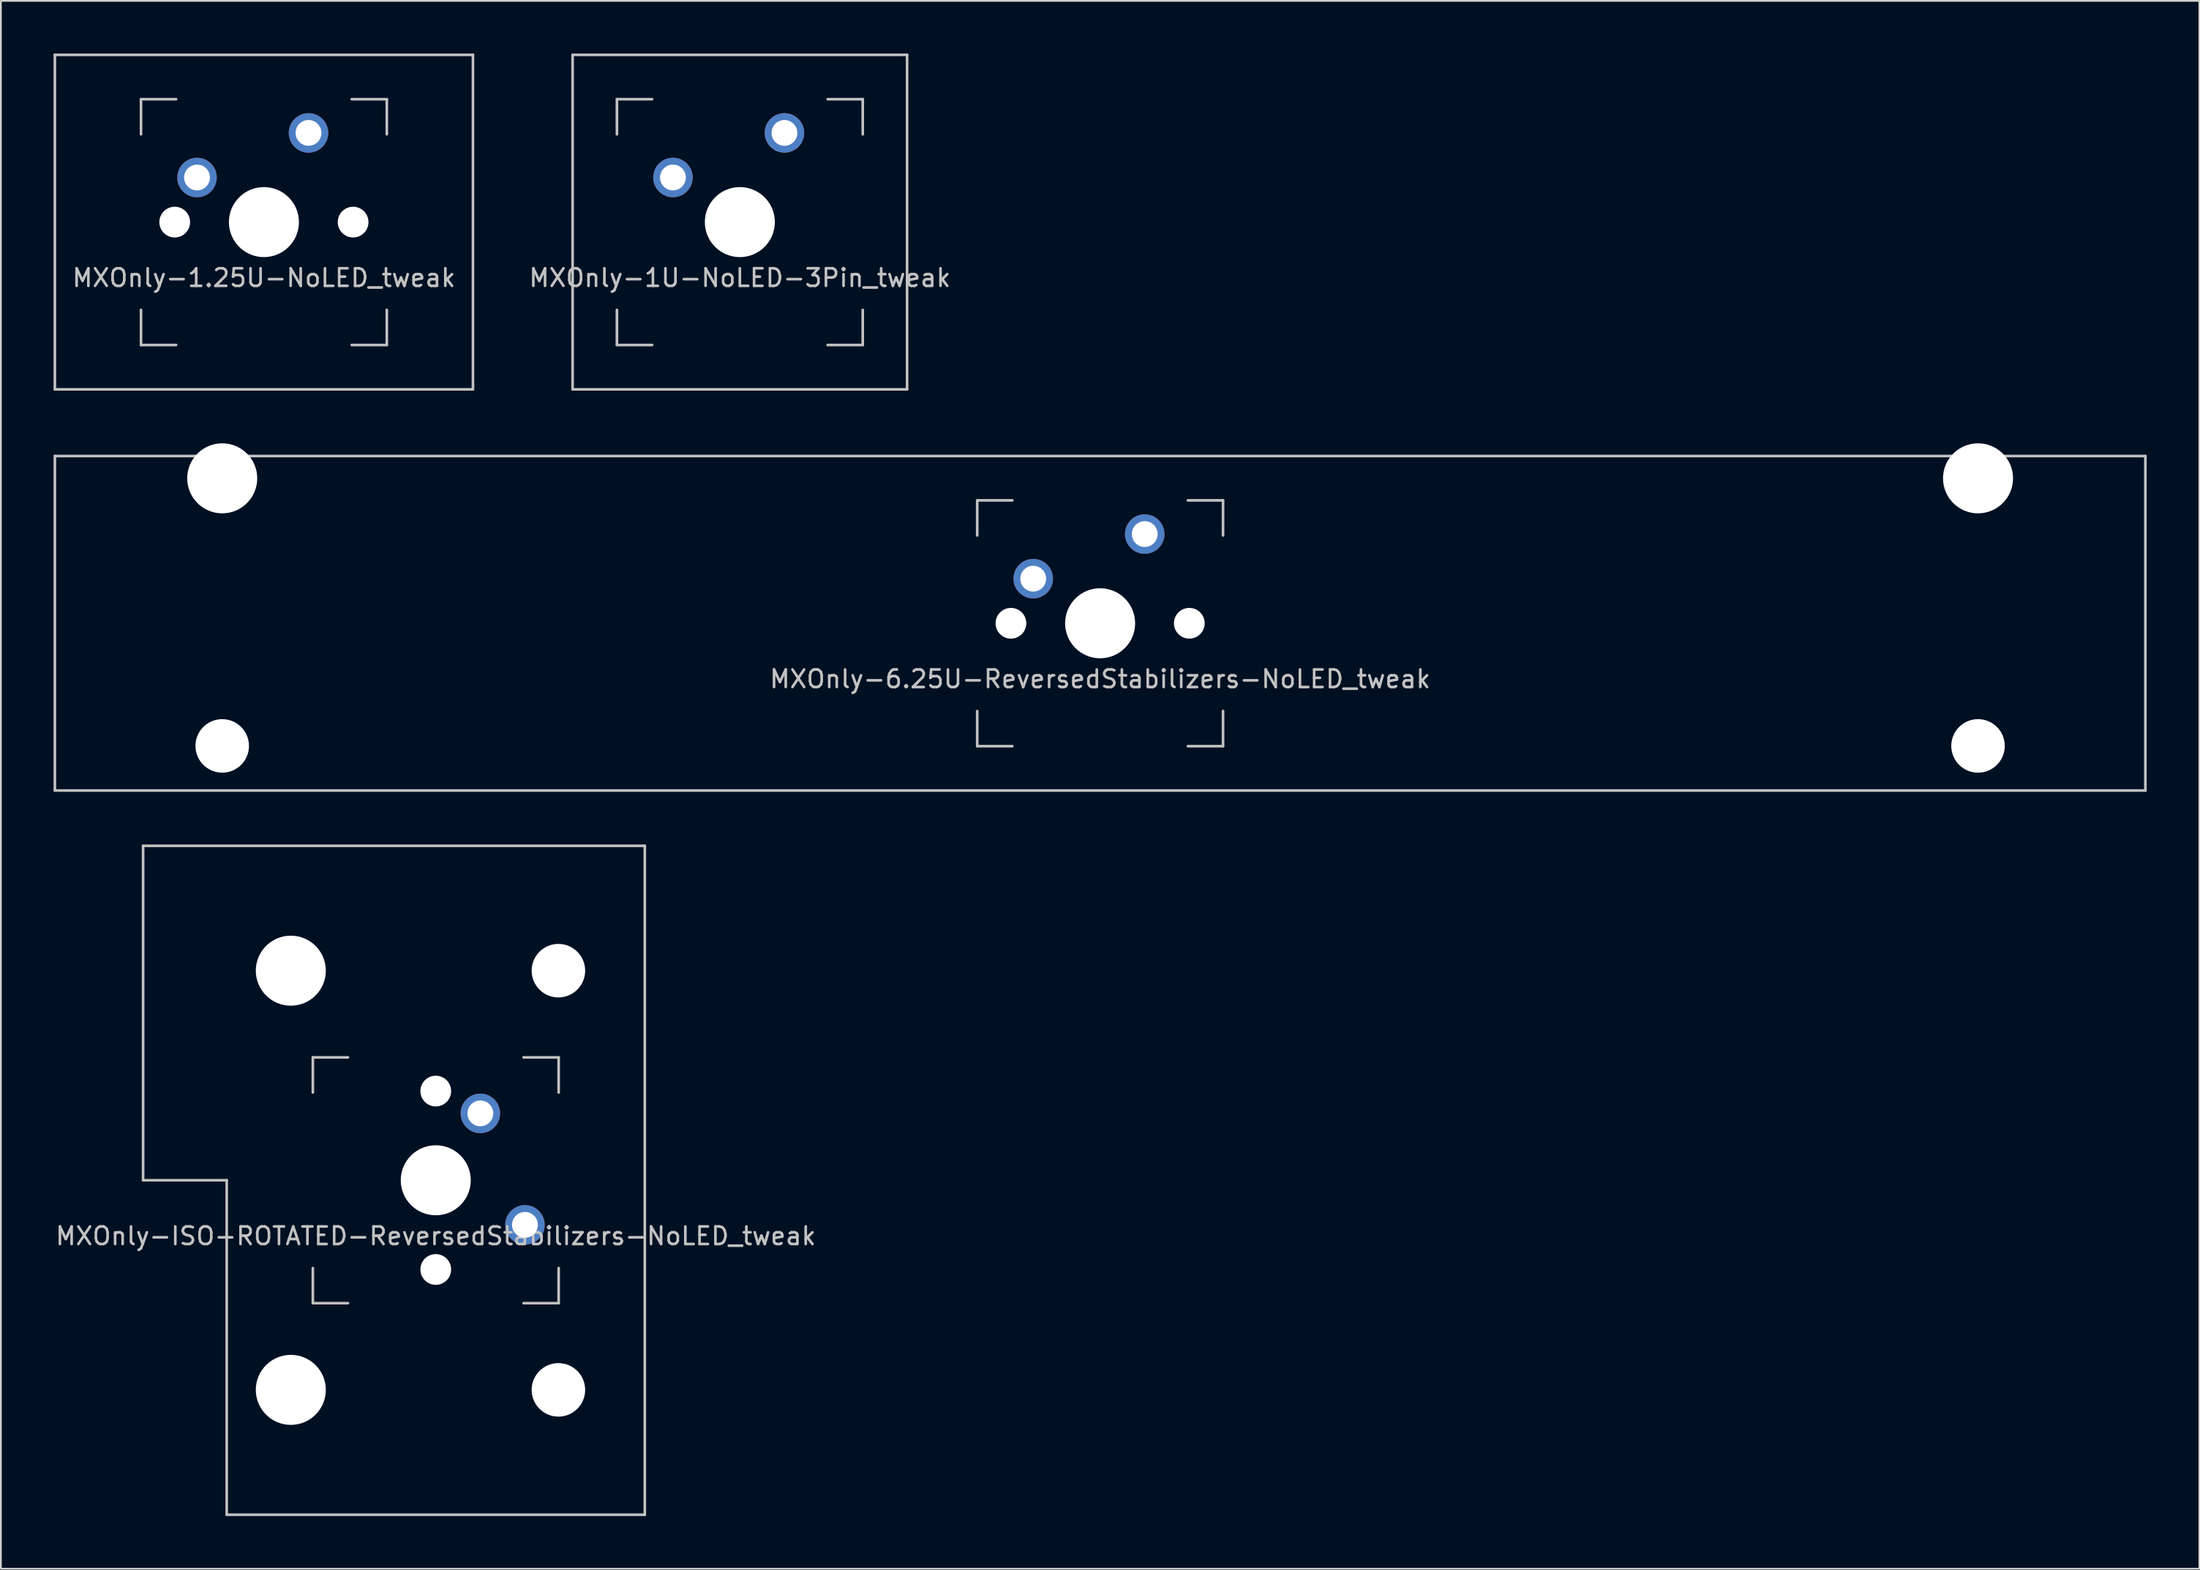
<source format=kicad_pcb>
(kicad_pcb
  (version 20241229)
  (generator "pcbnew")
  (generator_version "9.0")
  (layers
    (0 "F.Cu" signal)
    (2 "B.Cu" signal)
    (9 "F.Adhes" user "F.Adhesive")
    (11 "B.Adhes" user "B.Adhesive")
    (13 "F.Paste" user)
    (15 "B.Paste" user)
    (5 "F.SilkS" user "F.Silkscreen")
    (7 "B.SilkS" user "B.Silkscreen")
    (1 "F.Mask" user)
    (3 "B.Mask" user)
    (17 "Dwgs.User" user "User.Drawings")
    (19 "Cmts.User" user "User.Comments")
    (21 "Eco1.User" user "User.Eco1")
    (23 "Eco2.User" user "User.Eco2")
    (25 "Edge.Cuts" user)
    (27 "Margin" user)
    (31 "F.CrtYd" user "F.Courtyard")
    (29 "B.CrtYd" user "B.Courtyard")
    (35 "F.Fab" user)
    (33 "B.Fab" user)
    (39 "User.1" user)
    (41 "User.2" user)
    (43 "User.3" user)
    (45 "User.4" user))
  (footprint "MXOnly-1.25U-NoLED_tweak"
    (layer "F.Cu")
    (at 11.981 9.6)
    (property "Reference" "MXOnly-1.25U-NoLED_tweak" (at 0 3.175 0) (layer "Dwgs.User") (effects (font (size 1 1) (thickness 0.15))))
    (attr through_hole)
    (fp_line (start -11.906 -9.525) (end 11.906 -9.525) (stroke (width 0.15) (type solid)) (layer "Dwgs.User"))
    (fp_line (start -11.906 9.525) (end -11.906 -9.525) (stroke (width 0.15) (type solid)) (layer "Dwgs.User"))
    (fp_line (start -11.906 9.525) (end 11.906 9.525) (stroke (width 0.15) (type solid)) (layer "Dwgs.User"))
    (fp_line (start -7 -7) (end -7 -5) (stroke (width 0.15) (type solid)) (layer "Dwgs.User"))
    (fp_line (start -7 5) (end -7 7) (stroke (width 0.15) (type solid)) (layer "Dwgs.User"))
    (fp_line (start -7 7) (end -5 7) (stroke (width 0.15) (type solid)) (layer "Dwgs.User"))
    (fp_line (start -5 -7) (end -7 -7) (stroke (width 0.15) (type solid)) (layer "Dwgs.User"))
    (fp_line (start 5 -7) (end 7 -7) (stroke (width 0.15) (type solid)) (layer "Dwgs.User"))
    (fp_line (start 5 7) (end 7 7) (stroke (width 0.15) (type solid)) (layer "Dwgs.User"))
    (fp_line (start 7 -7) (end 7 -5) (stroke (width 0.15) (type solid)) (layer "Dwgs.User"))
    (fp_line (start 7 7) (end 7 5) (stroke (width 0.15) (type solid)) (layer "Dwgs.User"))
    (fp_line (start 11.906 -9.525) (end 11.906 9.525) (stroke (width 0.15) (type solid)) (layer "Dwgs.User"))
    (pad "" np_thru_hole circle (at -5.08 0 48.1) (size 1.75 1.75) (drill 1.75) (layers "*.Cu" "*.Mask"))
    (pad "" np_thru_hole circle (at 0 0) (size 3.988 3.988) (drill 3.988) (layers "*.Cu" "*.Mask"))
    (pad "" np_thru_hole circle (at 5.08 0 48.1) (size 1.75 1.75) (drill 1.75) (layers "*.Cu" "*.Mask"))
    (pad "1" thru_hole circle (at -3.81 -2.54) (size 2.25 2.25) (drill 1.47) (layers "*.Cu" "*.Mask"))
    (pad "2" thru_hole circle (at 2.54 -5.08) (size 2.25 2.25) (drill 1.47) (layers "*.Cu" "*.Mask")))
  (footprint "MXOnly-ISO-ROTATED-ReversedStabilizers-NoLED_tweak"
    (layer "F.Cu")
    (at 21.768 64.174)
    (property "Reference" "MXOnly-ISO-ROTATED-ReversedStabilizers-NoLED_tweak" (at 0 3.175 0) (layer "Dwgs.User") (effects (font (size 1 1) (thickness 0.15))))
    (attr through_hole)
    (fp_line (start -16.669 -19.05) (end -16.669 0) (stroke (width 0.15) (type solid)) (layer "Dwgs.User"))
    (fp_line (start -16.669 -19.05) (end 11.906 -19.05) (stroke (width 0.15) (type solid)) (layer "Dwgs.User"))
    (fp_line (start -11.906 0) (end -16.669 0) (stroke (width 0.15) (type solid)) (layer "Dwgs.User"))
    (fp_line (start -11.906 19.05) (end -11.906 0) (stroke (width 0.15) (type solid)) (layer "Dwgs.User"))
    (fp_line (start -11.906 19.05) (end 11.906 19.05) (stroke (width 0.15) (type solid)) (layer "Dwgs.User"))
    (fp_line (start -7 -7) (end -7 -5) (stroke (width 0.15) (type solid)) (layer "Dwgs.User"))
    (fp_line (start -7 5) (end -7 7) (stroke (width 0.15) (type solid)) (layer "Dwgs.User"))
    (fp_line (start -7 7) (end -5 7) (stroke (width 0.15) (type solid)) (layer "Dwgs.User"))
    (fp_line (start -5 -7) (end -7 -7) (stroke (width 0.15) (type solid)) (layer "Dwgs.User"))
    (fp_line (start 5 -7) (end 7 -7) (stroke (width 0.15) (type solid)) (layer "Dwgs.User"))
    (fp_line (start 5 7) (end 7 7) (stroke (width 0.15) (type solid)) (layer "Dwgs.User"))
    (fp_line (start 7 -7) (end 7 -5) (stroke (width 0.15) (type solid)) (layer "Dwgs.User"))
    (fp_line (start 7 7) (end 7 5) (stroke (width 0.15) (type solid)) (layer "Dwgs.User"))
    (fp_line (start 11.906 -19.05) (end 11.906 19.05) (stroke (width 0.15) (type solid)) (layer "Dwgs.User"))
    (pad "" np_thru_hole circle (at -8.255 -11.938) (size 3.988 3.988) (drill 3.988) (layers "*.Cu" "*.Mask"))
    (pad "" np_thru_hole circle (at -8.255 11.938) (size 3.988 3.988) (drill 3.988) (layers "*.Cu" "*.Mask"))
    (pad "" np_thru_hole circle (at 0 -5.08 48.1) (size 1.75 1.75) (drill 1.75) (layers "*.Cu" "*.Mask"))
    (pad "" np_thru_hole circle (at 0 0) (size 3.988 3.988) (drill 3.988) (layers "*.Cu" "*.Mask"))
    (pad "" np_thru_hole circle (at 0 5.08 48.1) (size 1.75 1.75) (drill 1.75) (layers "*.Cu" "*.Mask"))
    (pad "" np_thru_hole circle (at 6.985 -11.938) (size 3.048 3.048) (drill 3.048) (layers "*.Cu" "*.Mask"))
    (pad "" np_thru_hole circle (at 6.985 11.938) (size 3.048 3.048) (drill 3.048) (layers "*.Cu" "*.Mask"))
    (pad "1" thru_hole circle (at 2.54 -3.81) (size 2.25 2.25) (drill 1.47) (layers "*.Cu" "*.Mask"))
    (pad "2" thru_hole circle (at 5.08 2.54) (size 2.25 2.25) (drill 1.47) (layers "*.Cu" "*.Mask")))
  (footprint "MXOnly-1U-NoLED-3Pin_tweak"
    (layer "F.Cu")
    (at 39.087 9.6)
    (property "Reference" "MXOnly-1U-NoLED-3Pin_tweak" (at 0 3.175 0) (layer "Dwgs.User") (effects (font (size 1 1) (thickness 0.15))))
    (attr through_hole)
    (fp_line (start -9.525 -9.525) (end 9.525 -9.525) (stroke (width 0.15) (type solid)) (layer "Dwgs.User"))
    (fp_line (start -9.525 9.525) (end -9.525 -9.525) (stroke (width 0.15) (type solid)) (layer "Dwgs.User"))
    (fp_line (start -7 -7) (end -7 -5) (stroke (width 0.15) (type solid)) (layer "Dwgs.User"))
    (fp_line (start -7 5) (end -7 7) (stroke (width 0.15) (type solid)) (layer "Dwgs.User"))
    (fp_line (start -7 7) (end -5 7) (stroke (width 0.15) (type solid)) (layer "Dwgs.User"))
    (fp_line (start -5 -7) (end -7 -7) (stroke (width 0.15) (type solid)) (layer "Dwgs.User"))
    (fp_line (start 5 -7) (end 7 -7) (stroke (width 0.15) (type solid)) (layer "Dwgs.User"))
    (fp_line (start 5 7) (end 7 7) (stroke (width 0.15) (type solid)) (layer "Dwgs.User"))
    (fp_line (start 7 -7) (end 7 -5) (stroke (width 0.15) (type solid)) (layer "Dwgs.User"))
    (fp_line (start 7 7) (end 7 5) (stroke (width 0.15) (type solid)) (layer "Dwgs.User"))
    (fp_line (start 9.525 -9.525) (end 9.525 9.525) (stroke (width 0.15) (type solid)) (layer "Dwgs.User"))
    (fp_line (start 9.525 9.525) (end -9.525 9.525) (stroke (width 0.15) (type solid)) (layer "Dwgs.User"))
    (pad "" np_thru_hole circle (at 0 0) (size 3.988 3.988) (drill 3.988) (layers "*.Cu" "*.Mask"))
    (pad "1" thru_hole circle (at -3.81 -2.54) (size 2.25 2.25) (drill 1.47) (layers "*.Cu" "*.Mask"))
    (pad "2" thru_hole circle (at 2.54 -5.08) (size 2.25 2.25) (drill 1.47) (layers "*.Cu" "*.Mask")))
  (footprint "MXOnly-6.25U-ReversedStabilizers-NoLED_tweak"
    (layer "F.Cu")
    (at 59.606 32.449)
    (property "Reference" "MXOnly-6.25U-ReversedStabilizers-NoLED_tweak" (at 0 3.175 0) (layer "Dwgs.User") (effects (font (size 1 1) (thickness 0.15))))
    (attr through_hole)
    (fp_line (start -59.531 -9.525) (end 59.531 -9.525) (stroke (width 0.15) (type solid)) (layer "Dwgs.User"))
    (fp_line (start -59.531 9.525) (end -59.531 -9.525) (stroke (width 0.15) (type solid)) (layer "Dwgs.User"))
    (fp_line (start -59.531 9.525) (end 59.531 9.525) (stroke (width 0.15) (type solid)) (layer "Dwgs.User"))
    (fp_line (start -7 -7) (end -7 -5) (stroke (width 0.15) (type solid)) (layer "Dwgs.User"))
    (fp_line (start -7 5) (end -7 7) (stroke (width 0.15) (type solid)) (layer "Dwgs.User"))
    (fp_line (start -7 7) (end -5 7) (stroke (width 0.15) (type solid)) (layer "Dwgs.User"))
    (fp_line (start -5 -7) (end -7 -7) (stroke (width 0.15) (type solid)) (layer "Dwgs.User"))
    (fp_line (start 5 -7) (end 7 -7) (stroke (width 0.15) (type solid)) (layer "Dwgs.User"))
    (fp_line (start 5 7) (end 7 7) (stroke (width 0.15) (type solid)) (layer "Dwgs.User"))
    (fp_line (start 7 -7) (end 7 -5) (stroke (width 0.15) (type solid)) (layer "Dwgs.User"))
    (fp_line (start 7 7) (end 7 5) (stroke (width 0.15) (type solid)) (layer "Dwgs.User"))
    (fp_line (start 59.531 -9.525) (end 59.531 9.525) (stroke (width 0.15) (type solid)) (layer "Dwgs.User"))
    (pad "" np_thru_hole circle (at -50 -8.255) (size 3.988 3.988) (drill 3.988) (layers "*.Cu" "*.Mask"))
    (pad "" np_thru_hole circle (at -50 6.985) (size 3.048 3.048) (drill 3.048) (layers "*.Cu" "*.Mask"))
    (pad "" np_thru_hole circle (at -5.08 0 48.1) (size 1.75 1.75) (drill 1.75) (layers "*.Cu" "*.Mask"))
    (pad "" np_thru_hole circle (at 0 0) (size 3.988 3.988) (drill 3.988) (layers "*.Cu" "*.Mask"))
    (pad "" np_thru_hole circle (at 5.08 0 48.1) (size 1.75 1.75) (drill 1.75) (layers "*.Cu" "*.Mask"))
    (pad "" np_thru_hole circle (at 50 -8.255) (size 3.988 3.988) (drill 3.988) (layers "*.Cu" "*.Mask"))
    (pad "" np_thru_hole circle (at 50 6.985) (size 3.048 3.048) (drill 3.048) (layers "*.Cu" "*.Mask"))
    (pad "1" thru_hole circle (at -3.81 -2.54) (size 2.25 2.25) (drill 1.47) (layers "*.Cu" "*.Mask"))
    (pad "2" thru_hole circle (at 2.54 -5.08) (size 2.25 2.25) (drill 1.47) (layers "*.Cu" "*.Mask")))
  (gr_rect
    (start -3 -3)
    (end 122.213 86.299)
    (stroke (width 0.1) (type default))
    (fill no)
    (layer "Edge.Cuts")))
</source>
